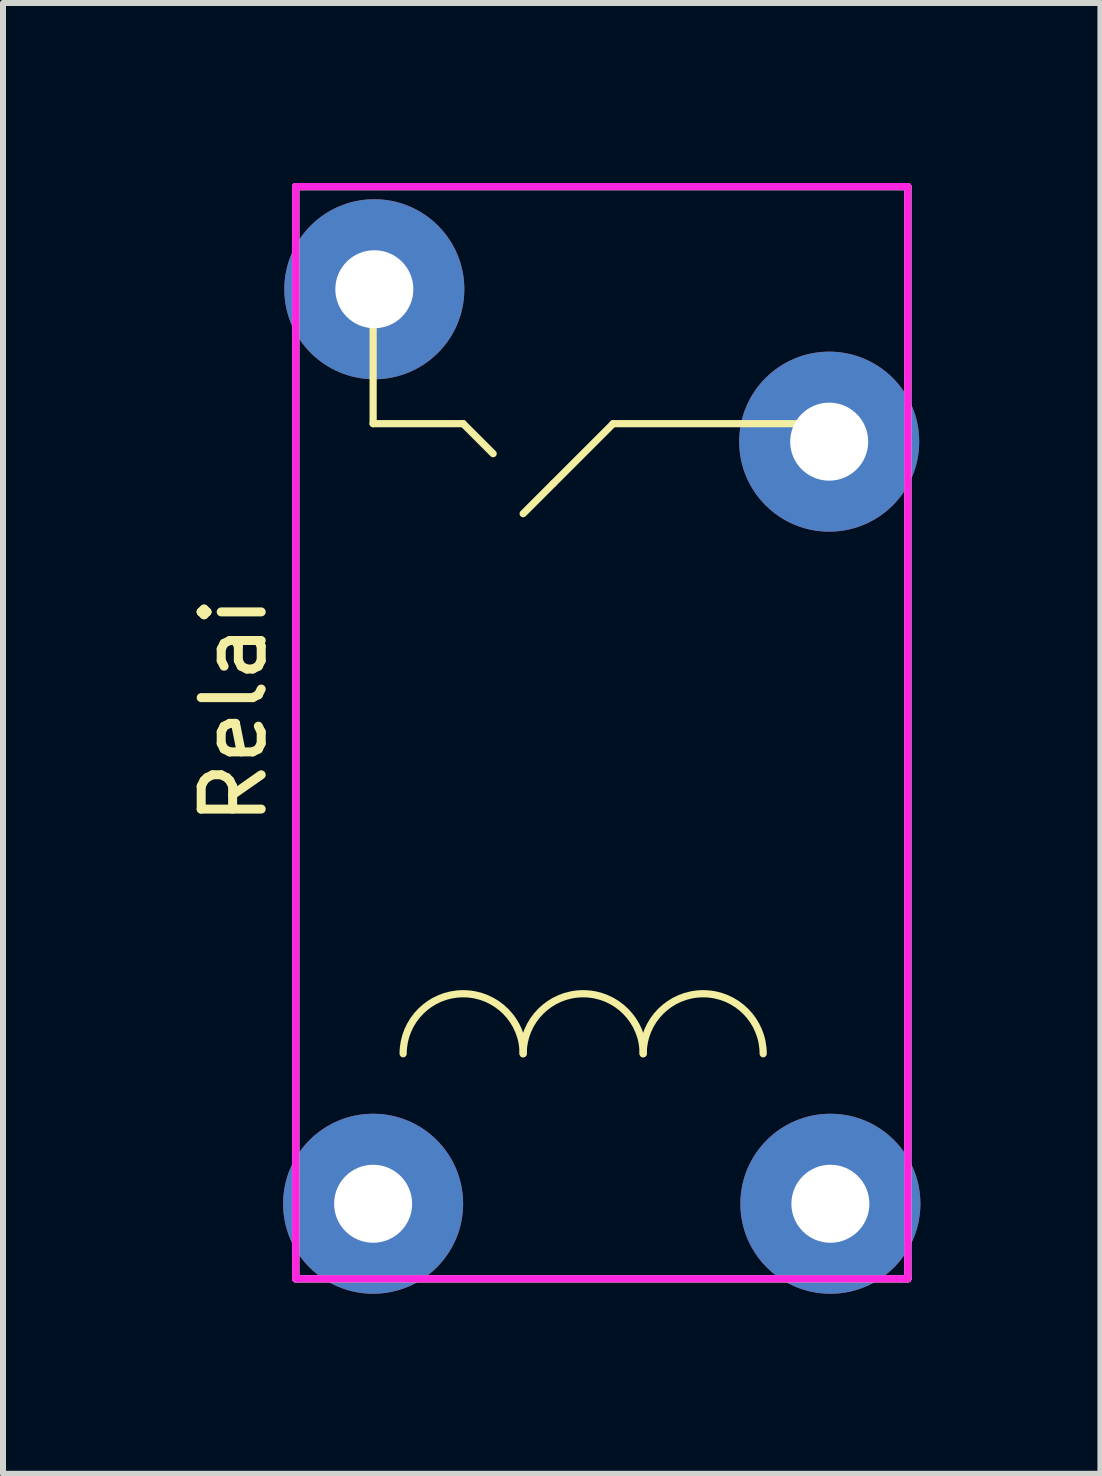
<source format=kicad_pcb>
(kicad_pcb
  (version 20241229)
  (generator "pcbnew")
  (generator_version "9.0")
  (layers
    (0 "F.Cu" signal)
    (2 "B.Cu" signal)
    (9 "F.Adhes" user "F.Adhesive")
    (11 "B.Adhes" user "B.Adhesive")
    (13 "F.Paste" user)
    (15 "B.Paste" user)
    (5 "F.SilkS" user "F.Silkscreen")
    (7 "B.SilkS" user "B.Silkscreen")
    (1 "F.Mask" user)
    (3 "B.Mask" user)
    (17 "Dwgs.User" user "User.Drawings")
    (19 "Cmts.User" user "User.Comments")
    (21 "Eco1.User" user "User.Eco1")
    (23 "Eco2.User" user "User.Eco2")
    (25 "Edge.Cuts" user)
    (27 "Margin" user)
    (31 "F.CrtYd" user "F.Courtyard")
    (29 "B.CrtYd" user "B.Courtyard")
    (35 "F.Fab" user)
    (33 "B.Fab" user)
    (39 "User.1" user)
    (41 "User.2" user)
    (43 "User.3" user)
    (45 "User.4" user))
  (footprint "Relai"
    (layer "F.Cu")
    (at 0.668 9.01)
    (property "Reference" "Relai" (at 0.18 -0.22 90) (layer "F.SilkS") (effects (font (size 1 1) (thickness 0.15))))
    (attr through_hole)
    (fp_line (start 1.21 -8.95) (end 11.41 -8.95) (stroke (width 0.12) (type solid)) (layer "F.SilkS"))
    (fp_line (start 1.21 9.25) (end 1.21 -8.95) (stroke (width 0.12) (type solid)) (layer "F.SilkS"))
    (fp_line (start 2.5 -7) (end 2.5 -5) (stroke (width 0.12) (type solid)) (layer "F.SilkS"))
    (fp_line (start 2.5 -5) (end 4 -5) (stroke (width 0.12) (type solid)) (layer "F.SilkS"))
    (fp_line (start 4 -5) (end 4.5 -4.5) (stroke (width 0.12) (type solid)) (layer "F.SilkS"))
    (fp_line (start 5.5 -4) (end 5 -3.5) (stroke (width 0.12) (type solid)) (layer "F.SilkS"))
    (fp_line (start 6.5 -5) (end 5.5 -4) (stroke (width 0.12) (type solid)) (layer "F.SilkS"))
    (fp_line (start 10 -5) (end 6.5 -5) (stroke (width 0.12) (type solid)) (layer "F.SilkS"))
    (fp_line (start 11.41 -8.95) (end 11.41 9.25) (stroke (width 0.12) (type solid)) (layer "F.SilkS"))
    (fp_line (start 11.41 9.25) (end 1.21 9.25) (stroke (width 0.12) (type solid)) (layer "F.SilkS"))
    (fp_arc (start 3 5.5) (mid 4 4.5) (end 5 5.5) (stroke (width 0.12) (type solid)) (layer "F.SilkS"))
    (fp_arc (start 5 5.5) (mid 6 4.5) (end 7 5.5) (stroke (width 0.12) (type solid)) (layer "F.SilkS"))
    (fp_arc (start 7 5.5) (mid 8 4.5) (end 9 5.5) (stroke (width 0.12) (type solid)) (layer "F.SilkS"))
    (fp_line (start 1.21 -8.95) (end 11.41 -8.95) (stroke (width 0.12) (type solid)) (layer "F.CrtYd"))
    (fp_line (start 1.21 9.25) (end 1.21 -8.95) (stroke (width 0.12) (type solid)) (layer "F.CrtYd"))
    (fp_line (start 11.41 -8.95) (end 11.41 9.25) (stroke (width 0.12) (type solid)) (layer "F.CrtYd"))
    (fp_line (start 11.41 9.25) (end 1.21 9.25) (stroke (width 0.12) (type solid)) (layer "F.CrtYd"))
    (fp_line (start 1.21 -8.95) (end 11.41 -8.95) (stroke (width 0.12) (type solid)) (layer "F.Fab"))
    (fp_line (start 1.21 9.25) (end 1.21 -8.95) (stroke (width 0.12) (type solid)) (layer "F.Fab"))
    (fp_line (start 11.41 -8.95) (end 11.41 9.25) (stroke (width 0.12) (type solid)) (layer "F.Fab"))
    (fp_line (start 11.41 9.25) (end 1.21 9.25) (stroke (width 0.12) (type solid)) (layer "F.Fab"))
    (pad "b1" thru_hole circle (at 2.5 8 90) (size 3 3) (drill 1.3) (layers "*.Cu" "*.Mask"))
    (pad "b2" thru_hole circle (at 10.12 8 90) (size 3 3) (drill 1.3) (layers "*.Cu" "*.Mask"))
    (pad "c1" thru_hole circle (at 2.52 -7.24 90) (size 3 3) (drill 1.3) (layers "*.Cu" "*.Mask"))
    (pad "c2" thru_hole circle (at 10.1 -4.7 90) (size 3 3) (drill 1.3) (layers "*.Cu" "*.Mask")))
  (gr_rect
    (start -3 -3)
    (end 15.288 21.51)
    (stroke (width 0.1) (type default))
    (fill no)
    (layer "Edge.Cuts")))
</source>
